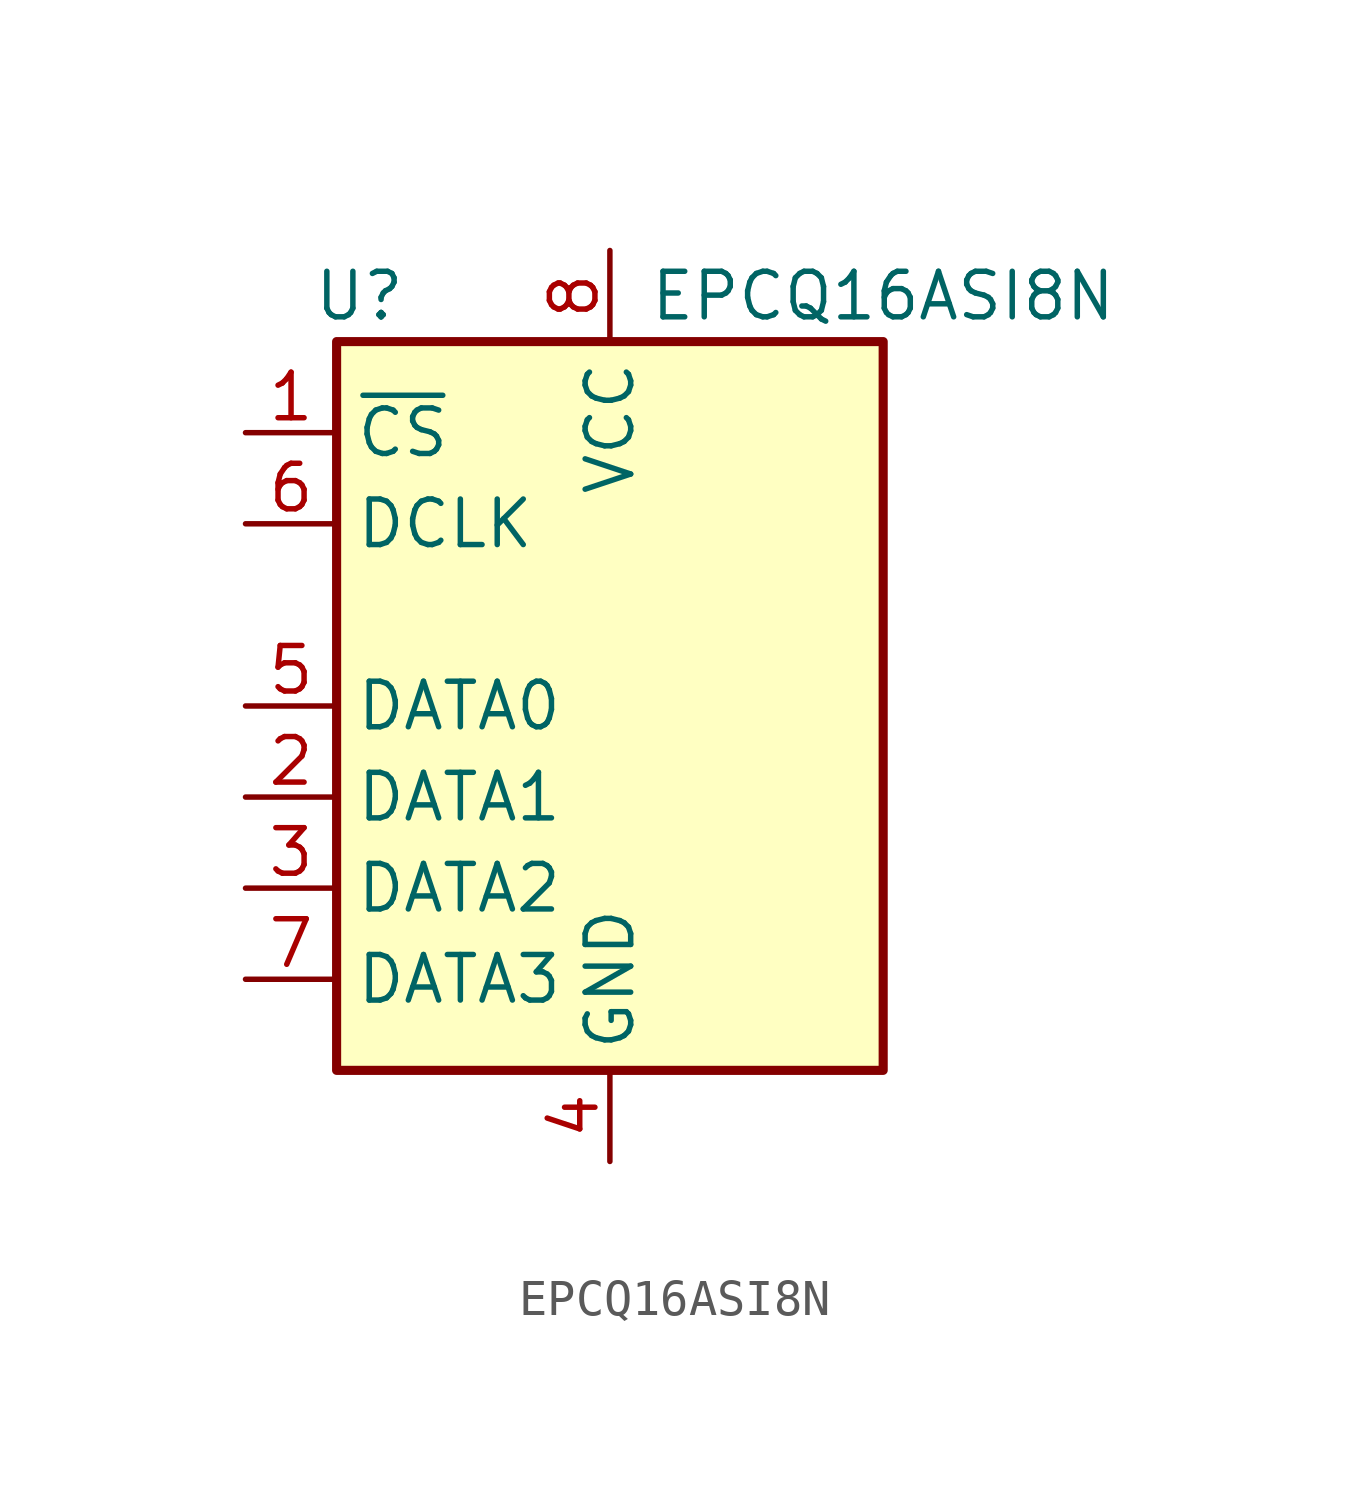
<source format=kicad_sym>
(kicad_symbol_lib
  (version 20241209)
  (generator "kicad_symbol_editor")
  (generator_version "9.0")
  (symbol "EPCQ16ASI8N"
    (property "Reference" "U"
      (at -6.985 11.43 0)
      (effects (font (size 1.27 1.27))))
    (property "Value" "EPCQ16ASI8N"
      (at 7.62 11.43 0)
      (effects (font (size 1.27 1.27))))
    (symbol "EPCQ16ASI8N_1_1"
      (rectangle (start -7.62 10.16) (end 7.62 -10.16) (stroke (width 0.254) (type default)) (fill (type background)))
      (pin input line (at -10.16 7.62 0) (length 2.54) (name "~{CS}" (effects (font (size 1.27 1.27)))) (number "1" (effects (font (size 1.27 1.27)))))
      (pin input line (at -10.16 5.08 0) (length 2.54) (name "DCLK" (effects (font (size 1.27 1.27)))) (number "6" (effects (font (size 1.27 1.27)))))
      (pin bidirectional line (at -10.16 0 0) (length 2.54) (name "DATA0" (effects (font (size 1.27 1.27)))) (number "5" (effects (font (size 1.27 1.27)))))
      (pin bidirectional line (at -10.16 -2.54 0) (length 2.54) (name "DATA1" (effects (font (size 1.27 1.27)))) (number "2" (effects (font (size 1.27 1.27)))))
      (pin bidirectional line (at -10.16 -5.08 0) (length 2.54) (name "DATA2" (effects (font (size 1.27 1.27)))) (number "3" (effects (font (size 1.27 1.27)))))
      (pin bidirectional line (at -10.16 -7.62 0) (length 2.54) (name "DATA3" (effects (font (size 1.27 1.27)))) (number "7" (effects (font (size 1.27 1.27)))))
      (pin power_in line (at 0 12.7 270) (length 2.54) (name "VCC" (effects (font (size 1.27 1.27)))) (number "8" (effects (font (size 1.27 1.27)))))
      (pin power_in line (at 0 -12.7 90) (length 2.54) (name "GND" (effects (font (size 1.27 1.27)))) (number "4" (effects (font (size 1.27 1.27))))))))
</source>
